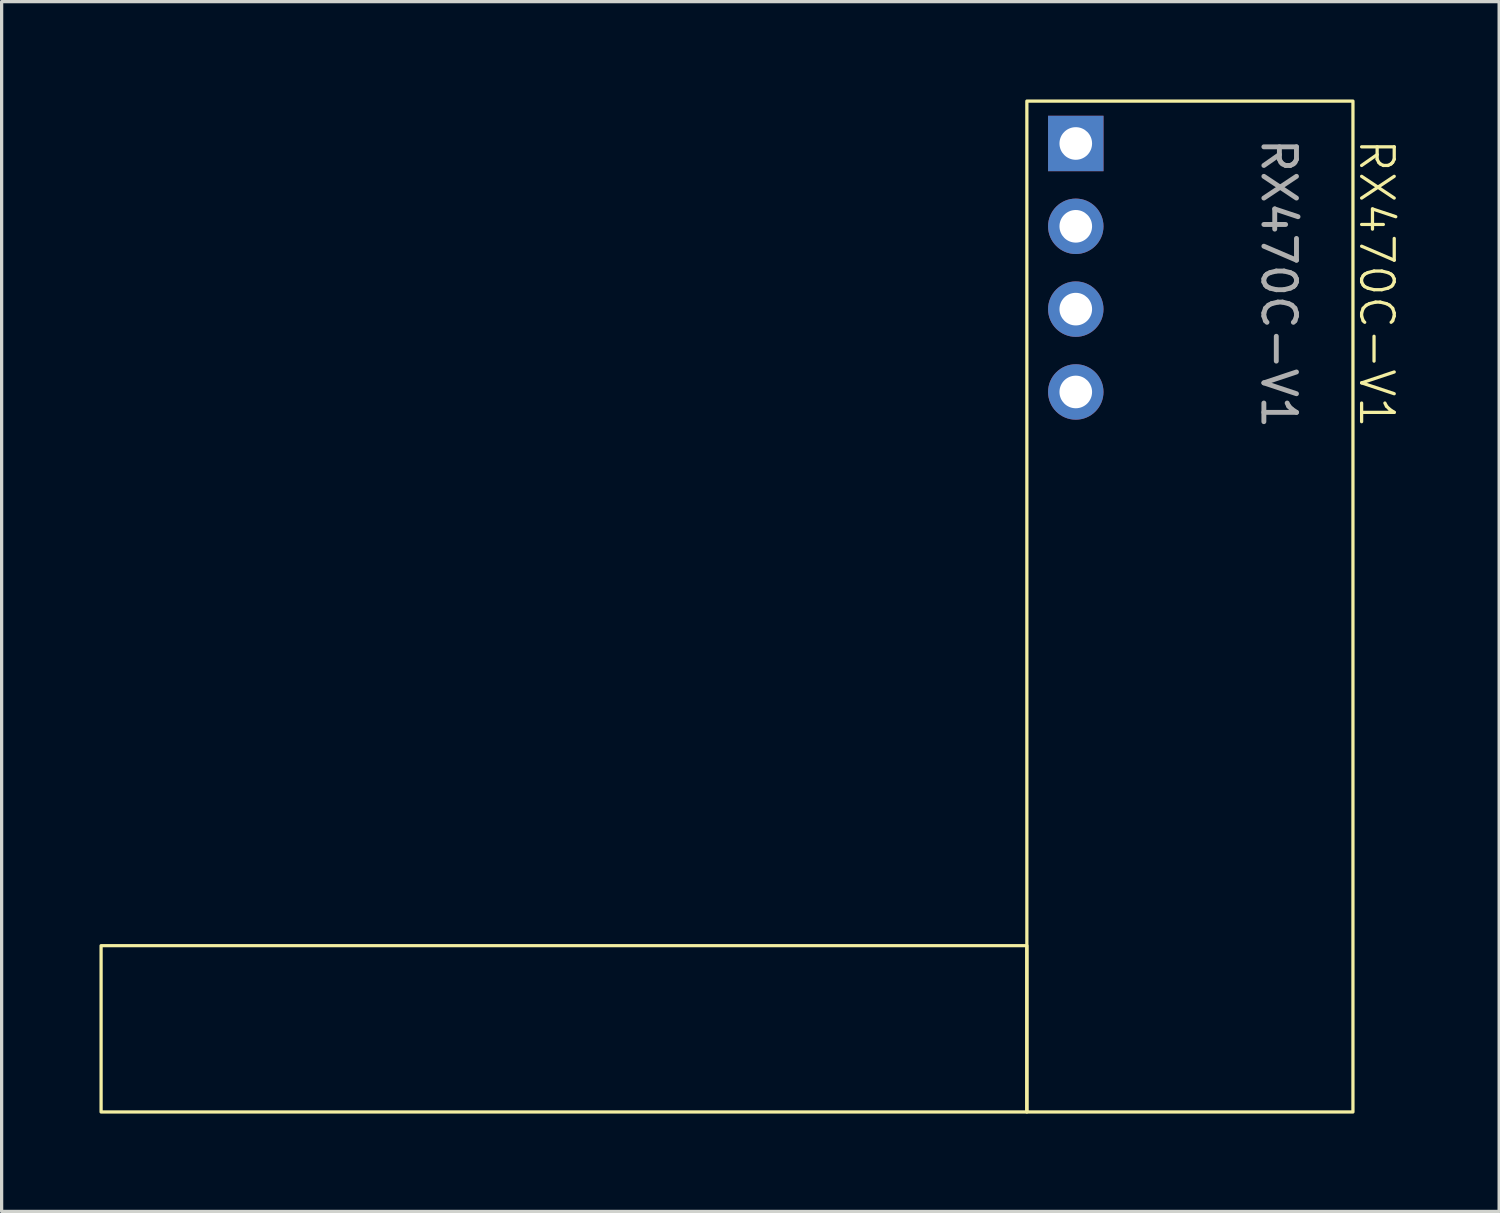
<source format=kicad_pcb>
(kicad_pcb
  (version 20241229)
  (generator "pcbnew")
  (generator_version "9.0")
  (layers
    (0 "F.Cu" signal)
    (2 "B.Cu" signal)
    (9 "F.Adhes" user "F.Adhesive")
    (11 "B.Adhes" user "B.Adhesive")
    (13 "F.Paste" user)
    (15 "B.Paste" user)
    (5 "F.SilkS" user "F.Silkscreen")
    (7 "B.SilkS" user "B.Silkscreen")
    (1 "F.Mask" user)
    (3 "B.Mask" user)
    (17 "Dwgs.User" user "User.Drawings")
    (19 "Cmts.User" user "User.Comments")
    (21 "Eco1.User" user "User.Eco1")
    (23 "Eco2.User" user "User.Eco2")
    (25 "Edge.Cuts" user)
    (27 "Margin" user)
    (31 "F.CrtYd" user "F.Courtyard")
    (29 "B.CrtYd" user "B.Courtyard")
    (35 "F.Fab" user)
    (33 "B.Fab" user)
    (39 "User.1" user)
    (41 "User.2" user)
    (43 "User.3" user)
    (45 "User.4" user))
  (footprint "RX470C-V1"
    (layer "F.Cu")
    (at 29.94 1.35)
    (property "Reference" "RX470C-V1" (at 9.223 4.293 270) (unlocked yes) (layer "F.SilkS") (effects (font (size 1 1) (thickness 0.1))))
    (attr through_hole)
    (fp_rect (start -29.89 24.6) (end -1.5 29.7) (stroke (width 0.1) (type default)) (fill no) (layer "F.SilkS"))
    (fp_rect (start -1.5 -1.3) (end 8.5 29.7) (stroke (width 0.1) (type default)) (fill no) (layer "F.SilkS"))
    (fp_text user "${REFERENCE}" (at 6.223 4.293 270) (unlocked yes) (layer "F.Fab") (effects (font (size 1 1) (thickness 0.15))))
    (pad "1" thru_hole rect (at 0 0) (size 1.7 1.7) (drill 1) (layers "*.Cu" "*.Mask"))
    (pad "2" thru_hole oval (at 0 2.54) (size 1.7 1.7) (drill 1) (layers "*.Cu" "*.Mask"))
    (pad "2" thru_hole oval (at 0 5.08) (size 1.7 1.7) (drill 1) (layers "*.Cu" "*.Mask"))
    (pad "3" thru_hole oval (at 0 7.62) (size 1.7 1.7) (drill 1) (layers "*.Cu" "*.Mask"))
    (zone (net_name "") (layers "F.Cu" "B.Cu" "F.Adhes" "B.Adhes") (hatch edge 0.5) (connect_pads) (min_thickness 0.25) (filled_areas_thickness no) (keepout (tracks not_allowed) (vias not_allowed) (pads not_allowed) (copperpour not_allowed) (footprints not_allowed)) (placement (enabled no)) (fill) (polygon (pts (xy 0.05 25.95) (xy 0.05 31.05) (xy 38.44 31.05) (xy 38.449 25.886)))))
  (gr_rect
    (start -3 -3)
    (end 42.923 34.1)
    (stroke (width 0.1) (type default))
    (fill no)
    (layer "Edge.Cuts")))
</source>
